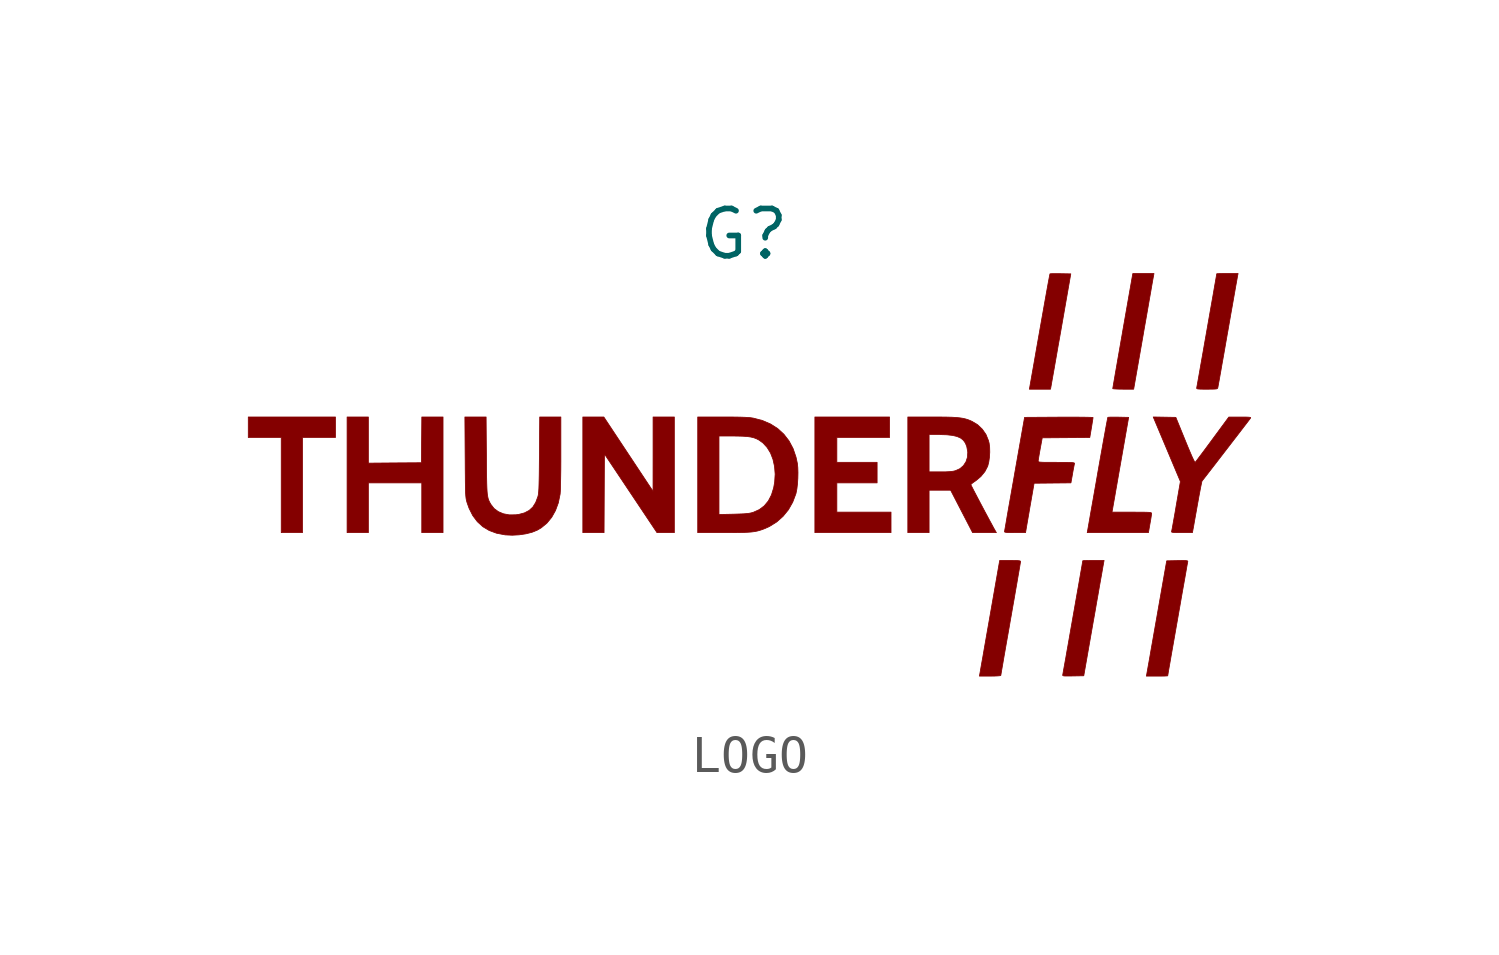
<source format=kicad_sym>
(kicad_symbol_lib
  (version 20211014)
  (generator kicad_symbol_editor)
  (symbol "LOGO"
    (pin_names
      (offset 1.016))
    (property "Reference" "G"
      (at 0 6.468 0)
      (effects (font (size 1.27 1.27))))
    (symbol "LOGO_0_0"
      (polyline (pts (xy -11.864 1.003) (xy -10.978 1.003) (xy -10.978 1.554) (xy -13.32 1.554) (xy -13.32 1.003) (xy -12.434 1.003) (xy -12.434 -1.554) (xy -11.864 -1.554) (xy -11.864 1.003)) (stroke (width 0.01) (type default)) (fill (type outline)))
      (polyline (pts (xy -3.748 0.561) (xy -2.335 -1.554) (xy -1.869 -1.554) (xy -1.869 1.554) (xy -2.44 1.554) (xy -2.44 0.556) (xy -2.441 -0.443) (xy -3.764 1.554) (xy -4.328 1.554) (xy -4.328 -1.554) (xy -3.758 -1.554) (xy -3.748 0.561)) (stroke (width 0.01) (type default)) (fill (type outline)))
      (polyline (pts (xy 3.955 -1.003) (xy 2.499 -1.003) (xy 2.499 -0.216) (xy 3.581 -0.216) (xy 3.581 0.335) (xy 2.499 0.335) (xy 2.499 1.003) (xy 3.915 1.003) (xy 3.915 1.554) (xy 1.909 1.554) (xy 1.909 -1.554) (xy 3.955 -1.554) (xy 3.955 -1.003)) (stroke (width 0.01) (type default)) (fill (type outline)))
      (polyline (pts (xy -10.093 -0.216) (xy -8.657 -0.216) (xy -8.657 -1.554) (xy -8.086 -1.554) (xy -8.086 1.554) (xy -8.656 1.554) (xy -8.661 0.94) (xy -8.667 0.325) (xy -9.38 0.32) (xy -10.093 0.314) (xy -10.093 1.554) (xy -10.664 1.554) (xy -10.664 -1.554) (xy -10.093 -1.554) (xy -10.093 -0.216)) (stroke (width 0.01) (type default)) (fill (type outline)))
      (polyline (pts (xy 10.74 3.802) (xy 10.747 3.846) (xy 10.789 4.083) (xy 10.829 4.31) (xy 10.866 4.522) (xy 10.9 4.718) (xy 10.931 4.893) (xy 10.957 5.044) (xy 10.979 5.17) (xy 10.996 5.266) (xy 11.008 5.329) (xy 11.013 5.356) (xy 11.023 5.41) (xy 10.454 5.41) (xy 10.184 3.871) (xy 10.17 3.787) (xy 10.128 3.549) (xy 10.089 3.324) (xy 10.052 3.114) (xy 10.019 2.922) (xy 9.989 2.752) (xy 9.964 2.605) (xy 9.943 2.485) (xy 9.928 2.395) (xy 9.918 2.338) (xy 9.915 2.317) (xy 9.918 2.315) (xy 9.95 2.31) (xy 10.012 2.306) (xy 10.096 2.303) (xy 10.196 2.302) (xy 10.477 2.302) (xy 10.74 3.802)) (stroke (width 0.01) (type default)) (fill (type outline)))
      (polyline (pts (xy 8.254 2.366) (xy 8.254 2.368) (xy 8.26 2.401) (xy 8.272 2.47) (xy 8.29 2.572) (xy 8.313 2.702) (xy 8.341 2.858) (xy 8.372 3.036) (xy 8.407 3.235) (xy 8.444 3.449) (xy 8.485 3.677) (xy 8.527 3.915) (xy 8.787 5.401) (xy 8.513 5.406) (xy 8.479 5.407) (xy 8.383 5.407) (xy 8.305 5.407) (xy 8.25 5.405) (xy 8.228 5.401) (xy 8.227 5.4) (xy 8.221 5.373) (xy 8.209 5.311) (xy 8.191 5.216) (xy 8.168 5.092) (xy 8.141 4.942) (xy 8.11 4.768) (xy 8.075 4.574) (xy 8.038 4.363) (xy 7.998 4.137) (xy 7.956 3.901) (xy 7.95 3.865) (xy 7.908 3.628) (xy 7.868 3.402) (xy 7.831 3.19) (xy 7.797 2.995) (xy 7.766 2.82) (xy 7.739 2.668) (xy 7.717 2.543) (xy 7.7 2.447) (xy 7.689 2.384) (xy 7.684 2.356) (xy 7.674 2.302) (xy 8.242 2.302) (xy 8.254 2.366)) (stroke (width 0.01) (type default)) (fill (type outline)))
      (polyline (pts (xy 6.665 -5.41) (xy 6.76 -5.408) (xy 6.836 -5.404) (xy 6.887 -5.399) (xy 6.906 -5.393) (xy 6.906 -5.391) (xy 6.911 -5.361) (xy 6.922 -5.295) (xy 6.939 -5.197) (xy 6.961 -5.07) (xy 6.987 -4.917) (xy 7.018 -4.741) (xy 7.052 -4.545) (xy 7.09 -4.331) (xy 7.13 -4.104) (xy 7.171 -3.865) (xy 7.182 -3.807) (xy 7.223 -3.57) (xy 7.263 -3.345) (xy 7.299 -3.135) (xy 7.333 -2.943) (xy 7.362 -2.771) (xy 7.388 -2.623) (xy 7.409 -2.502) (xy 7.424 -2.41) (xy 7.434 -2.351) (xy 7.437 -2.328) (xy 7.43 -2.318) (xy 7.403 -2.31) (xy 7.352 -2.305) (xy 7.272 -2.303) (xy 7.157 -2.302) (xy 6.876 -2.302) (xy 6.612 -3.812) (xy 6.603 -3.866) (xy 6.561 -4.103) (xy 6.521 -4.33) (xy 6.484 -4.541) (xy 6.45 -4.736) (xy 6.42 -4.91) (xy 6.393 -5.06) (xy 6.371 -5.184) (xy 6.355 -5.279) (xy 6.344 -5.34) (xy 6.339 -5.366) (xy 6.331 -5.41) (xy 6.618 -5.41) (xy 6.665 -5.41)) (stroke (width 0.01) (type default)) (fill (type outline)))
      (polyline (pts (xy 8.737 -5.408) (xy 8.849 -5.406) (xy 9.136 -5.401) (xy 9.396 -3.918) (xy 9.401 -3.892) (xy 9.443 -3.655) (xy 9.482 -3.428) (xy 9.52 -3.215) (xy 9.554 -3.019) (xy 9.585 -2.842) (xy 9.613 -2.689) (xy 9.635 -2.562) (xy 9.652 -2.464) (xy 9.664 -2.399) (xy 9.669 -2.369) (xy 9.682 -2.302) (xy 9.396 -2.302) (xy 9.351 -2.302) (xy 9.255 -2.303) (xy 9.179 -2.305) (xy 9.128 -2.307) (xy 9.109 -2.31) (xy 9.108 -2.317) (xy 9.101 -2.358) (xy 9.089 -2.432) (xy 9.071 -2.535) (xy 9.048 -2.665) (xy 9.022 -2.817) (xy 8.992 -2.988) (xy 8.959 -3.174) (xy 8.924 -3.372) (xy 8.888 -3.578) (xy 8.851 -3.788) (xy 8.814 -3.999) (xy 8.777 -4.208) (xy 8.742 -4.41) (xy 8.708 -4.603) (xy 8.676 -4.782) (xy 8.648 -4.945) (xy 8.622 -5.087) (xy 8.601 -5.204) (xy 8.585 -5.294) (xy 8.575 -5.353) (xy 8.57 -5.377) (xy 8.57 -5.379) (xy 8.57 -5.392) (xy 8.581 -5.4) (xy 8.609 -5.406) (xy 8.659 -5.408) (xy 8.737 -5.408)) (stroke (width 0.01) (type default)) (fill (type outline)))
      (polyline (pts (xy 11.151 -5.41) (xy 11.246 -5.41) (xy 11.322 -5.408) (xy 11.373 -5.405) (xy 11.392 -5.403) (xy 11.393 -5.396) (xy 11.4 -5.355) (xy 11.412 -5.28) (xy 11.43 -5.177) (xy 11.453 -5.047) (xy 11.479 -4.895) (xy 11.509 -4.724) (xy 11.542 -4.538) (xy 11.577 -4.34) (xy 11.613 -4.134) (xy 11.65 -3.924) (xy 11.687 -3.712) (xy 11.724 -3.503) (xy 11.759 -3.301) (xy 11.793 -3.108) (xy 11.825 -2.929) (xy 11.854 -2.767) (xy 11.879 -2.625) (xy 11.899 -2.508) (xy 11.915 -2.418) (xy 11.926 -2.359) (xy 11.931 -2.336) (xy 11.931 -2.334) (xy 11.931 -2.321) (xy 11.919 -2.312) (xy 11.892 -2.307) (xy 11.842 -2.304) (xy 11.764 -2.304) (xy 11.652 -2.306) (xy 11.365 -2.312) (xy 11.104 -3.797) (xy 11.099 -3.827) (xy 11.057 -4.064) (xy 11.017 -4.291) (xy 10.98 -4.503) (xy 10.945 -4.699) (xy 10.915 -4.875) (xy 10.888 -5.028) (xy 10.865 -5.155) (xy 10.848 -5.252) (xy 10.836 -5.317) (xy 10.831 -5.347) (xy 10.819 -5.41) (xy 11.105 -5.41) (xy 11.151 -5.41)) (stroke (width 0.01) (type default)) (fill (type outline)))
      (polyline (pts (xy 10.916 -1.312) (xy 10.917 -1.308) (xy 10.934 -1.212) (xy 10.947 -1.13) (xy 10.956 -1.068) (xy 10.959 -1.037) (xy 10.959 -1.034) (xy 10.955 -1.025) (xy 10.941 -1.018) (xy 10.915 -1.012) (xy 10.87 -1.008) (xy 10.803 -1.006) (xy 10.71 -1.004) (xy 10.586 -1.004) (xy 10.427 -1.003) (xy 9.895 -1.003) (xy 9.906 -0.94) (xy 9.907 -0.938) (xy 9.913 -0.903) (xy 9.925 -0.833) (xy 9.943 -0.732) (xy 9.966 -0.603) (xy 9.992 -0.45) (xy 10.023 -0.276) (xy 10.056 -0.085) (xy 10.092 0.12) (xy 10.13 0.335) (xy 10.342 1.544) (xy 10.067 1.55) (xy 10.034 1.55) (xy 9.938 1.551) (xy 9.859 1.551) (xy 9.805 1.548) (xy 9.782 1.545) (xy 9.782 1.544) (xy 9.776 1.517) (xy 9.764 1.454) (xy 9.746 1.36) (xy 9.723 1.236) (xy 9.696 1.085) (xy 9.664 0.912) (xy 9.63 0.718) (xy 9.592 0.507) (xy 9.552 0.281) (xy 9.51 0.044) (xy 9.504 0.008) (xy 9.463 -0.228) (xy 9.423 -0.454) (xy 9.386 -0.666) (xy 9.351 -0.862) (xy 9.32 -1.036) (xy 9.294 -1.188) (xy 9.272 -1.313) (xy 9.255 -1.409) (xy 9.244 -1.472) (xy 9.239 -1.5) (xy 9.229 -1.554) (xy 10.874 -1.554) (xy 10.916 -1.312)) (stroke (width 0.01) (type default)) (fill (type outline)))
      (polyline (pts (xy 12.498 2.302) (xy 12.594 2.303) (xy 12.659 2.305) (xy 12.7 2.309) (xy 12.723 2.317) (xy 12.734 2.329) (xy 12.739 2.346) (xy 12.74 2.346) (xy 12.745 2.374) (xy 12.756 2.437) (xy 12.774 2.533) (xy 12.796 2.657) (xy 12.823 2.808) (xy 12.853 2.982) (xy 12.888 3.176) (xy 12.925 3.387) (xy 12.964 3.611) (xy 13.005 3.846) (xy 13.007 3.853) (xy 13.048 4.088) (xy 13.087 4.313) (xy 13.125 4.524) (xy 13.159 4.718) (xy 13.19 4.893) (xy 13.216 5.044) (xy 13.239 5.169) (xy 13.256 5.265) (xy 13.267 5.329) (xy 13.272 5.356) (xy 13.284 5.41) (xy 12.997 5.41) (xy 12.951 5.41) (xy 12.856 5.41) (xy 12.779 5.408) (xy 12.728 5.406) (xy 12.71 5.404) (xy 12.709 5.397) (xy 12.702 5.355) (xy 12.689 5.28) (xy 12.671 5.176) (xy 12.648 5.046) (xy 12.622 4.894) (xy 12.592 4.723) (xy 12.559 4.537) (xy 12.524 4.339) (xy 12.488 4.133) (xy 12.451 3.922) (xy 12.414 3.711) (xy 12.377 3.502) (xy 12.342 3.3) (xy 12.308 3.108) (xy 12.276 2.929) (xy 12.248 2.767) (xy 12.223 2.625) (xy 12.202 2.508) (xy 12.186 2.418) (xy 12.175 2.36) (xy 12.171 2.336) (xy 12.171 2.336) (xy 12.171 2.323) (xy 12.181 2.313) (xy 12.208 2.307) (xy 12.258 2.304) (xy 12.335 2.302) (xy 12.446 2.302) (xy 12.498 2.302)) (stroke (width 0.01) (type default)) (fill (type outline)))
      (polyline (pts (xy 12.068 -1.493) (xy 12.07 -1.48) (xy 12.08 -1.428) (xy 12.095 -1.345) (xy 12.114 -1.236) (xy 12.137 -1.107) (xy 12.163 -0.963) (xy 12.19 -0.809) (xy 12.206 -0.723) (xy 12.232 -0.577) (xy 12.257 -0.446) (xy 12.278 -0.335) (xy 12.296 -0.248) (xy 12.308 -0.191) (xy 12.315 -0.167) (xy 12.382 -0.082) (xy 12.48 0.045) (xy 12.587 0.183) (xy 12.7 0.329) (xy 12.816 0.48) (xy 12.933 0.632) (xy 13.049 0.782) (xy 13.161 0.928) (xy 13.267 1.065) (xy 13.363 1.19) (xy 13.448 1.301) (xy 13.519 1.393) (xy 13.573 1.464) (xy 13.608 1.511) (xy 13.622 1.53) (xy 13.623 1.531) (xy 13.618 1.541) (xy 13.591 1.547) (xy 13.538 1.551) (xy 13.454 1.553) (xy 13.336 1.553) (xy 13.034 1.552) (xy 12.592 0.952) (xy 12.579 0.934) (xy 12.48 0.8) (xy 12.388 0.676) (xy 12.306 0.566) (xy 12.236 0.473) (xy 12.182 0.401) (xy 12.145 0.354) (xy 12.13 0.335) (xy 12.129 0.335) (xy 12.114 0.352) (xy 12.086 0.405) (xy 12.046 0.49) (xy 11.995 0.608) (xy 11.933 0.755) (xy 11.861 0.931) (xy 11.611 1.544) (xy 11.003 1.555) (xy 11.368 0.688) (xy 11.733 -0.18) (xy 11.618 -0.843) (xy 11.598 -0.964) (xy 11.572 -1.112) (xy 11.548 -1.245) (xy 11.528 -1.358) (xy 11.512 -1.446) (xy 11.5 -1.505) (xy 11.495 -1.53) (xy 11.499 -1.539) (xy 11.523 -1.546) (xy 11.574 -1.551) (xy 11.655 -1.554) (xy 11.771 -1.554) (xy 12.056 -1.554) (xy 12.068 -1.493)) (stroke (width 0.01) (type default)) (fill (type outline)))
      (polyline (pts (xy -0.333 -1.554) (xy -0.16 -1.552) (xy -0.017 -1.549) (xy 0.102 -1.544) (xy 0.201 -1.537) (xy 0.285 -1.526) (xy 0.358 -1.512) (xy 0.427 -1.493) (xy 0.495 -1.471) (xy 0.568 -1.443) (xy 0.69 -1.387) (xy 0.884 -1.266) (xy 1.054 -1.115) (xy 1.198 -0.938) (xy 1.313 -0.735) (xy 1.398 -0.511) (xy 1.403 -0.492) (xy 1.425 -0.38) (xy 1.441 -0.243) (xy 1.451 -0.093) (xy 1.454 0.056) (xy 1.45 0.194) (xy 1.438 0.307) (xy 1.402 0.475) (xy 1.323 0.706) (xy 1.214 0.911) (xy 1.076 1.09) (xy 0.911 1.242) (xy 0.719 1.365) (xy 0.501 1.459) (xy 0.259 1.523) (xy 0.241 1.526) (xy 0.182 1.535) (xy 0.112 1.541) (xy 0.025 1.546) (xy -0.081 1.55) (xy -0.214 1.553) (xy -0.376 1.554) (xy -0.573 1.554) (xy -1.24 1.554) (xy -1.24 -1.067) (xy -0.669 -1.067) (xy -0.669 1.043) (xy -0.289 1.043) (xy -0.184 1.042) (xy -0.034 1.038) (xy 0.087 1.03) (xy 0.185 1.016) (xy 0.268 0.996) (xy 0.341 0.968) (xy 0.41 0.932) (xy 0.514 0.856) (xy 0.626 0.734) (xy 0.717 0.586) (xy 0.783 0.414) (xy 0.825 0.223) (xy 0.841 0.018) (xy 0.828 -0.197) (xy 0.801 -0.349) (xy 0.742 -0.54) (xy 0.658 -0.702) (xy 0.548 -0.834) (xy 0.414 -0.935) (xy 0.256 -1.006) (xy 0.248 -1.009) (xy 0.196 -1.023) (xy 0.14 -1.034) (xy 0.072 -1.042) (xy -0.014 -1.049) (xy -0.126 -1.053) (xy -0.271 -1.058) (xy -0.669 -1.067) (xy -1.24 -1.067) (xy -1.24 -1.554) (xy -0.54 -1.554) (xy -0.333 -1.554)) (stroke (width 0.01) (type default)) (fill (type outline)))
      (polyline (pts (xy 7.595 -1.412) (xy 7.603 -1.365) (xy 7.618 -1.279) (xy 7.637 -1.168) (xy 7.66 -1.037) (xy 7.684 -0.895) (xy 7.71 -0.748) (xy 7.801 -0.226) (xy 8.296 -0.221) (xy 8.791 -0.216) (xy 8.834 0.025) (xy 8.834 0.028) (xy 8.851 0.123) (xy 8.867 0.206) (xy 8.879 0.268) (xy 8.886 0.3) (xy 8.886 0.301) (xy 8.887 0.311) (xy 8.878 0.319) (xy 8.857 0.325) (xy 8.818 0.329) (xy 8.758 0.332) (xy 8.671 0.334) (xy 8.554 0.334) (xy 8.402 0.335) (xy 8.401 0.335) (xy 8.249 0.335) (xy 8.132 0.335) (xy 8.045 0.337) (xy 7.984 0.34) (xy 7.945 0.344) (xy 7.923 0.35) (xy 7.912 0.358) (xy 7.91 0.369) (xy 7.911 0.379) (xy 7.918 0.426) (xy 7.93 0.5) (xy 7.946 0.593) (xy 7.965 0.698) (xy 8.02 0.994) (xy 8.659 0.999) (xy 9.298 1.004) (xy 9.342 1.264) (xy 9.346 1.288) (xy 9.361 1.382) (xy 9.374 1.461) (xy 9.382 1.516) (xy 9.385 1.54) (xy 9.368 1.542) (xy 9.316 1.545) (xy 9.231 1.547) (xy 9.118 1.549) (xy 8.982 1.55) (xy 8.825 1.55) (xy 8.651 1.55) (xy 8.465 1.55) (xy 7.545 1.544) (xy 7.276 0.02) (xy 7.264 -0.051) (xy 7.222 -0.288) (xy 7.182 -0.513) (xy 7.145 -0.724) (xy 7.111 -0.916) (xy 7.081 -1.088) (xy 7.056 -1.236) (xy 7.035 -1.357) (xy 7.019 -1.448) (xy 7.009 -1.507) (xy 7.005 -1.53) (xy 7.01 -1.537) (xy 7.036 -1.545) (xy 7.088 -1.551) (xy 7.17 -1.553) (xy 7.288 -1.554) (xy 7.571 -1.554) (xy 7.595 -1.412)) (stroke (width 0.01) (type default)) (fill (type outline)))
      (polyline (pts (xy 4.978 -0.413) (xy 5.268 -0.414) (xy 5.558 -0.414) (xy 5.853 -0.984) (xy 6.148 -1.554) (xy 6.787 -1.554) (xy 6.75 -1.49) (xy 6.715 -1.428) (xy 6.668 -1.34) (xy 6.611 -1.236) (xy 6.548 -1.118) (xy 6.48 -0.992) (xy 6.412 -0.863) (xy 6.344 -0.735) (xy 6.28 -0.613) (xy 6.222 -0.502) (xy 6.172 -0.407) (xy 6.134 -0.332) (xy 6.109 -0.283) (xy 6.101 -0.263) (xy 6.101 -0.262) (xy 6.121 -0.241) (xy 6.164 -0.207) (xy 6.223 -0.166) (xy 6.239 -0.155) (xy 6.371 -0.044) (xy 6.478 0.087) (xy 6.552 0.229) (xy 6.557 0.243) (xy 6.583 0.347) (xy 6.601 0.474) (xy 6.609 0.61) (xy 6.606 0.74) (xy 6.592 0.851) (xy 6.575 0.918) (xy 6.508 1.083) (xy 6.409 1.226) (xy 6.283 1.346) (xy 6.133 1.436) (xy 6.102 1.45) (xy 6.035 1.478) (xy 5.966 1.5) (xy 5.892 1.518) (xy 5.807 1.531) (xy 5.707 1.541) (xy 5.587 1.548) (xy 5.441 1.552) (xy 5.267 1.554) (xy 5.057 1.554) (xy 4.407 1.554) (xy 4.407 1.082) (xy 4.978 1.082) (xy 5.24 1.082) (xy 5.268 1.082) (xy 5.456 1.076) (xy 5.609 1.059) (xy 5.732 1.03) (xy 5.828 0.987) (xy 5.901 0.928) (xy 5.954 0.853) (xy 5.992 0.759) (xy 5.992 0.756) (xy 6.018 0.611) (xy 6.01 0.474) (xy 5.97 0.351) (xy 5.901 0.246) (xy 5.805 0.164) (xy 5.684 0.11) (xy 5.623 0.096) (xy 5.537 0.086) (xy 5.425 0.08) (xy 5.279 0.079) (xy 4.978 0.079) (xy 4.978 1.082) (xy 4.407 1.082) (xy 4.407 -1.554) (xy 4.978 -1.554) (xy 4.978 -0.413)) (stroke (width 0.01) (type default)) (fill (type outline)))
      (polyline (pts (xy -6.039 -1.613) (xy -5.858 -1.586) (xy -5.693 -1.544) (xy -5.554 -1.488) (xy -5.444 -1.423) (xy -5.293 -1.298) (xy -5.165 -1.142) (xy -5.063 -0.96) (xy -4.987 -0.754) (xy -4.94 -0.525) (xy -4.938 -0.512) (xy -4.933 -0.443) (xy -4.929 -0.339) (xy -4.926 -0.204) (xy -4.923 -0.04) (xy -4.92 0.15) (xy -4.919 0.361) (xy -4.919 0.592) (xy -4.919 1.554) (xy -5.487 1.554) (xy -5.494 0.546) (xy -5.496 0.401) (xy -5.498 0.186) (xy -5.5 0.006) (xy -5.503 -0.143) (xy -5.506 -0.264) (xy -5.509 -0.361) (xy -5.514 -0.437) (xy -5.519 -0.495) (xy -5.525 -0.539) (xy -5.532 -0.571) (xy -5.537 -0.588) (xy -5.595 -0.743) (xy -5.672 -0.866) (xy -5.772 -0.958) (xy -5.897 -1.023) (xy -6.05 -1.064) (xy -6.136 -1.075) (xy -6.307 -1.076) (xy -6.463 -1.047) (xy -6.599 -0.99) (xy -6.713 -0.906) (xy -6.799 -0.796) (xy -6.822 -0.756) (xy -6.842 -0.718) (xy -6.86 -0.678) (xy -6.874 -0.634) (xy -6.885 -0.583) (xy -6.895 -0.52) (xy -6.902 -0.443) (xy -6.907 -0.347) (xy -6.911 -0.23) (xy -6.914 -0.088) (xy -6.917 0.083) (xy -6.919 0.287) (xy -6.92 0.526) (xy -6.928 1.554) (xy -7.498 1.554) (xy -7.491 0.477) (xy -7.49 0.373) (xy -7.489 0.155) (xy -7.487 -0.029) (xy -7.486 -0.181) (xy -7.484 -0.307) (xy -7.482 -0.408) (xy -7.479 -0.489) (xy -7.475 -0.554) (xy -7.47 -0.605) (xy -7.465 -0.645) (xy -7.458 -0.68) (xy -7.45 -0.712) (xy -7.441 -0.744) (xy -7.386 -0.899) (xy -7.287 -1.095) (xy -7.164 -1.259) (xy -7.018 -1.393) (xy -6.846 -1.496) (xy -6.65 -1.569) (xy -6.428 -1.612) (xy -6.405 -1.615) (xy -6.225 -1.623) (xy -6.039 -1.613)) (stroke (width 0.01) (type default)) (fill (type outline))))))
</source>
